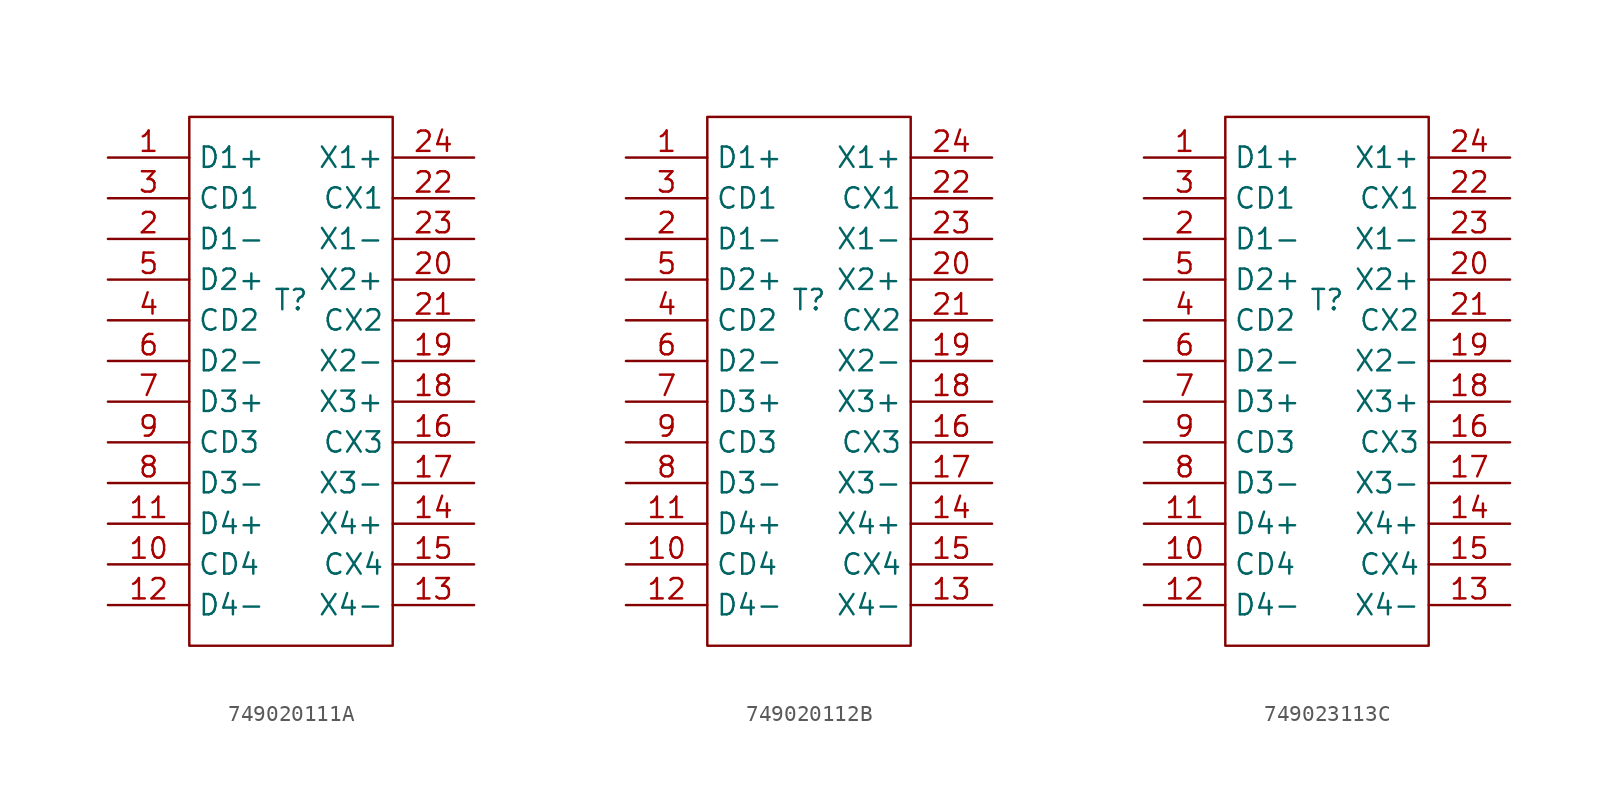
<source format=kicad_sym>
(kicad_symbol_lib
  (version 20220914)
  (generator kicad_symbol_editor)
  (symbol "749020111A"
    (property "Reference" "T"
      (at 0 5.08 0)
      (effects (font (size 1.27 1.27))))
    (property "Critical Parameter" ""
      (at 0 -5.08 0)
      (effects (font (size 1.27 1.27)) (justify left)))
    (symbol "749020111A_0_1"
      (rectangle (start -6.35 16.51) (end 6.35 -16.51) (stroke (width 0) (type default)) (fill (type none))))
    (symbol "749020111A_1_1"
      (pin passive line (at -11.43 13.97 0) (length 5.08) (name "D1+" (effects (font (size 1.27 1.27)))) (number "1" (effects (font (size 1.27 1.27)))))
      (pin passive line (at -11.43 -11.43 0) (length 5.08) (name "CD4" (effects (font (size 1.27 1.27)))) (number "10" (effects (font (size 1.27 1.27)))))
      (pin passive line (at -11.43 -8.89 0) (length 5.08) (name "D4+" (effects (font (size 1.27 1.27)))) (number "11" (effects (font (size 1.27 1.27)))))
      (pin passive line (at -11.43 -13.97 0) (length 5.08) (name "D4-" (effects (font (size 1.27 1.27)))) (number "12" (effects (font (size 1.27 1.27)))))
      (pin passive line (at 11.43 -13.97 180) (length 5.08) (name "X4-" (effects (font (size 1.27 1.27)))) (number "13" (effects (font (size 1.27 1.27)))))
      (pin passive line (at 11.43 -8.89 180) (length 5.08) (name "X4+" (effects (font (size 1.27 1.27)))) (number "14" (effects (font (size 1.27 1.27)))))
      (pin passive line (at 11.43 -11.43 180) (length 5.08) (name "CX4" (effects (font (size 1.27 1.27)))) (number "15" (effects (font (size 1.27 1.27)))))
      (pin passive line (at 11.43 -3.81 180) (length 5.08) (name "CX3" (effects (font (size 1.27 1.27)))) (number "16" (effects (font (size 1.27 1.27)))))
      (pin passive line (at 11.43 -6.35 180) (length 5.08) (name "X3-" (effects (font (size 1.27 1.27)))) (number "17" (effects (font (size 1.27 1.27)))))
      (pin passive line (at 11.43 -1.27 180) (length 5.08) (name "X3+" (effects (font (size 1.27 1.27)))) (number "18" (effects (font (size 1.27 1.27)))))
      (pin passive line (at 11.43 1.27 180) (length 5.08) (name "X2-" (effects (font (size 1.27 1.27)))) (number "19" (effects (font (size 1.27 1.27)))))
      (pin passive line (at -11.43 8.89 0) (length 5.08) (name "D1-" (effects (font (size 1.27 1.27)))) (number "2" (effects (font (size 1.27 1.27)))))
      (pin passive line (at 11.43 6.35 180) (length 5.08) (name "X2+" (effects (font (size 1.27 1.27)))) (number "20" (effects (font (size 1.27 1.27)))))
      (pin passive line (at 11.43 3.81 180) (length 5.08) (name "CX2" (effects (font (size 1.27 1.27)))) (number "21" (effects (font (size 1.27 1.27)))))
      (pin passive line (at 11.43 11.43 180) (length 5.08) (name "CX1" (effects (font (size 1.27 1.27)))) (number "22" (effects (font (size 1.27 1.27)))))
      (pin passive line (at 11.43 8.89 180) (length 5.08) (name "X1-" (effects (font (size 1.27 1.27)))) (number "23" (effects (font (size 1.27 1.27)))))
      (pin passive line (at 11.43 13.97 180) (length 5.08) (name "X1+" (effects (font (size 1.27 1.27)))) (number "24" (effects (font (size 1.27 1.27)))))
      (pin passive line (at -11.43 11.43 0) (length 5.08) (name "CD1" (effects (font (size 1.27 1.27)))) (number "3" (effects (font (size 1.27 1.27)))))
      (pin passive line (at -11.43 3.81 0) (length 5.08) (name "CD2" (effects (font (size 1.27 1.27)))) (number "4" (effects (font (size 1.27 1.27)))))
      (pin passive line (at -11.43 6.35 0) (length 5.08) (name "D2+" (effects (font (size 1.27 1.27)))) (number "5" (effects (font (size 1.27 1.27)))))
      (pin passive line (at -11.43 1.27 0) (length 5.08) (name "D2-" (effects (font (size 1.27 1.27)))) (number "6" (effects (font (size 1.27 1.27)))))
      (pin passive line (at -11.43 -1.27 0) (length 5.08) (name "D3+" (effects (font (size 1.27 1.27)))) (number "7" (effects (font (size 1.27 1.27)))))
      (pin passive line (at -11.43 -6.35 0) (length 5.08) (name "D3-" (effects (font (size 1.27 1.27)))) (number "8" (effects (font (size 1.27 1.27)))))
      (pin passive line (at -11.43 -3.81 0) (length 5.08) (name "CD3" (effects (font (size 1.27 1.27)))) (number "9" (effects (font (size 1.27 1.27)))))))
  (symbol "749020112B"
    (property "Reference" "T"
      (at 0 5.08 0)
      (effects (font (size 1.27 1.27))))
    (property "Critical Parameter" ""
      (at 0 -5.08 0)
      (effects (font (size 1.27 1.27)) (justify left)))
    (symbol "749020112B_0_1"
      (rectangle (start -6.35 16.51) (end 6.35 -16.51) (stroke (width 0) (type default)) (fill (type none))))
    (symbol "749020112B_1_1"
      (pin passive line (at -11.43 13.97 0) (length 5.08) (name "D1+" (effects (font (size 1.27 1.27)))) (number "1" (effects (font (size 1.27 1.27)))))
      (pin passive line (at -11.43 -11.43 0) (length 5.08) (name "CD4" (effects (font (size 1.27 1.27)))) (number "10" (effects (font (size 1.27 1.27)))))
      (pin passive line (at -11.43 -8.89 0) (length 5.08) (name "D4+" (effects (font (size 1.27 1.27)))) (number "11" (effects (font (size 1.27 1.27)))))
      (pin passive line (at -11.43 -13.97 0) (length 5.08) (name "D4-" (effects (font (size 1.27 1.27)))) (number "12" (effects (font (size 1.27 1.27)))))
      (pin passive line (at 11.43 -13.97 180) (length 5.08) (name "X4-" (effects (font (size 1.27 1.27)))) (number "13" (effects (font (size 1.27 1.27)))))
      (pin passive line (at 11.43 -8.89 180) (length 5.08) (name "X4+" (effects (font (size 1.27 1.27)))) (number "14" (effects (font (size 1.27 1.27)))))
      (pin passive line (at 11.43 -11.43 180) (length 5.08) (name "CX4" (effects (font (size 1.27 1.27)))) (number "15" (effects (font (size 1.27 1.27)))))
      (pin passive line (at 11.43 -3.81 180) (length 5.08) (name "CX3" (effects (font (size 1.27 1.27)))) (number "16" (effects (font (size 1.27 1.27)))))
      (pin passive line (at 11.43 -6.35 180) (length 5.08) (name "X3-" (effects (font (size 1.27 1.27)))) (number "17" (effects (font (size 1.27 1.27)))))
      (pin passive line (at 11.43 -1.27 180) (length 5.08) (name "X3+" (effects (font (size 1.27 1.27)))) (number "18" (effects (font (size 1.27 1.27)))))
      (pin passive line (at 11.43 1.27 180) (length 5.08) (name "X2-" (effects (font (size 1.27 1.27)))) (number "19" (effects (font (size 1.27 1.27)))))
      (pin passive line (at -11.43 8.89 0) (length 5.08) (name "D1-" (effects (font (size 1.27 1.27)))) (number "2" (effects (font (size 1.27 1.27)))))
      (pin passive line (at 11.43 6.35 180) (length 5.08) (name "X2+" (effects (font (size 1.27 1.27)))) (number "20" (effects (font (size 1.27 1.27)))))
      (pin passive line (at 11.43 3.81 180) (length 5.08) (name "CX2" (effects (font (size 1.27 1.27)))) (number "21" (effects (font (size 1.27 1.27)))))
      (pin passive line (at 11.43 11.43 180) (length 5.08) (name "CX1" (effects (font (size 1.27 1.27)))) (number "22" (effects (font (size 1.27 1.27)))))
      (pin passive line (at 11.43 8.89 180) (length 5.08) (name "X1-" (effects (font (size 1.27 1.27)))) (number "23" (effects (font (size 1.27 1.27)))))
      (pin passive line (at 11.43 13.97 180) (length 5.08) (name "X1+" (effects (font (size 1.27 1.27)))) (number "24" (effects (font (size 1.27 1.27)))))
      (pin passive line (at -11.43 11.43 0) (length 5.08) (name "CD1" (effects (font (size 1.27 1.27)))) (number "3" (effects (font (size 1.27 1.27)))))
      (pin passive line (at -11.43 3.81 0) (length 5.08) (name "CD2" (effects (font (size 1.27 1.27)))) (number "4" (effects (font (size 1.27 1.27)))))
      (pin passive line (at -11.43 6.35 0) (length 5.08) (name "D2+" (effects (font (size 1.27 1.27)))) (number "5" (effects (font (size 1.27 1.27)))))
      (pin passive line (at -11.43 1.27 0) (length 5.08) (name "D2-" (effects (font (size 1.27 1.27)))) (number "6" (effects (font (size 1.27 1.27)))))
      (pin passive line (at -11.43 -1.27 0) (length 5.08) (name "D3+" (effects (font (size 1.27 1.27)))) (number "7" (effects (font (size 1.27 1.27)))))
      (pin passive line (at -11.43 -6.35 0) (length 5.08) (name "D3-" (effects (font (size 1.27 1.27)))) (number "8" (effects (font (size 1.27 1.27)))))
      (pin passive line (at -11.43 -3.81 0) (length 5.08) (name "CD3" (effects (font (size 1.27 1.27)))) (number "9" (effects (font (size 1.27 1.27)))))))
  (symbol "749023113C"
    (property "Reference" "T"
      (at 0 5.08 0)
      (effects (font (size 1.27 1.27))))
    (property "Critical Parameter" ""
      (at 0 -5.08 0)
      (effects (font (size 1.27 1.27)) (justify left)))
    (symbol "749023113C_0_1"
      (rectangle (start -6.35 16.51) (end 6.35 -16.51) (stroke (width 0) (type default)) (fill (type none))))
    (symbol "749023113C_1_1"
      (pin passive line (at -11.43 13.97 0) (length 5.08) (name "D1+" (effects (font (size 1.27 1.27)))) (number "1" (effects (font (size 1.27 1.27)))))
      (pin passive line (at -11.43 -11.43 0) (length 5.08) (name "CD4" (effects (font (size 1.27 1.27)))) (number "10" (effects (font (size 1.27 1.27)))))
      (pin passive line (at -11.43 -8.89 0) (length 5.08) (name "D4+" (effects (font (size 1.27 1.27)))) (number "11" (effects (font (size 1.27 1.27)))))
      (pin passive line (at -11.43 -13.97 0) (length 5.08) (name "D4-" (effects (font (size 1.27 1.27)))) (number "12" (effects (font (size 1.27 1.27)))))
      (pin passive line (at 11.43 -13.97 180) (length 5.08) (name "X4-" (effects (font (size 1.27 1.27)))) (number "13" (effects (font (size 1.27 1.27)))))
      (pin passive line (at 11.43 -8.89 180) (length 5.08) (name "X4+" (effects (font (size 1.27 1.27)))) (number "14" (effects (font (size 1.27 1.27)))))
      (pin passive line (at 11.43 -11.43 180) (length 5.08) (name "CX4" (effects (font (size 1.27 1.27)))) (number "15" (effects (font (size 1.27 1.27)))))
      (pin passive line (at 11.43 -3.81 180) (length 5.08) (name "CX3" (effects (font (size 1.27 1.27)))) (number "16" (effects (font (size 1.27 1.27)))))
      (pin passive line (at 11.43 -6.35 180) (length 5.08) (name "X3-" (effects (font (size 1.27 1.27)))) (number "17" (effects (font (size 1.27 1.27)))))
      (pin passive line (at 11.43 -1.27 180) (length 5.08) (name "X3+" (effects (font (size 1.27 1.27)))) (number "18" (effects (font (size 1.27 1.27)))))
      (pin passive line (at 11.43 1.27 180) (length 5.08) (name "X2-" (effects (font (size 1.27 1.27)))) (number "19" (effects (font (size 1.27 1.27)))))
      (pin passive line (at -11.43 8.89 0) (length 5.08) (name "D1-" (effects (font (size 1.27 1.27)))) (number "2" (effects (font (size 1.27 1.27)))))
      (pin passive line (at 11.43 6.35 180) (length 5.08) (name "X2+" (effects (font (size 1.27 1.27)))) (number "20" (effects (font (size 1.27 1.27)))))
      (pin passive line (at 11.43 3.81 180) (length 5.08) (name "CX2" (effects (font (size 1.27 1.27)))) (number "21" (effects (font (size 1.27 1.27)))))
      (pin passive line (at 11.43 11.43 180) (length 5.08) (name "CX1" (effects (font (size 1.27 1.27)))) (number "22" (effects (font (size 1.27 1.27)))))
      (pin passive line (at 11.43 8.89 180) (length 5.08) (name "X1-" (effects (font (size 1.27 1.27)))) (number "23" (effects (font (size 1.27 1.27)))))
      (pin passive line (at 11.43 13.97 180) (length 5.08) (name "X1+" (effects (font (size 1.27 1.27)))) (number "24" (effects (font (size 1.27 1.27)))))
      (pin passive line (at -11.43 11.43 0) (length 5.08) (name "CD1" (effects (font (size 1.27 1.27)))) (number "3" (effects (font (size 1.27 1.27)))))
      (pin passive line (at -11.43 3.81 0) (length 5.08) (name "CD2" (effects (font (size 1.27 1.27)))) (number "4" (effects (font (size 1.27 1.27)))))
      (pin passive line (at -11.43 6.35 0) (length 5.08) (name "D2+" (effects (font (size 1.27 1.27)))) (number "5" (effects (font (size 1.27 1.27)))))
      (pin passive line (at -11.43 1.27 0) (length 5.08) (name "D2-" (effects (font (size 1.27 1.27)))) (number "6" (effects (font (size 1.27 1.27)))))
      (pin passive line (at -11.43 -1.27 0) (length 5.08) (name "D3+" (effects (font (size 1.27 1.27)))) (number "7" (effects (font (size 1.27 1.27)))))
      (pin passive line (at -11.43 -6.35 0) (length 5.08) (name "D3-" (effects (font (size 1.27 1.27)))) (number "8" (effects (font (size 1.27 1.27)))))
      (pin passive line (at -11.43 -3.81 0) (length 5.08) (name "CD3" (effects (font (size 1.27 1.27)))) (number "9" (effects (font (size 1.27 1.27))))))))
</source>
